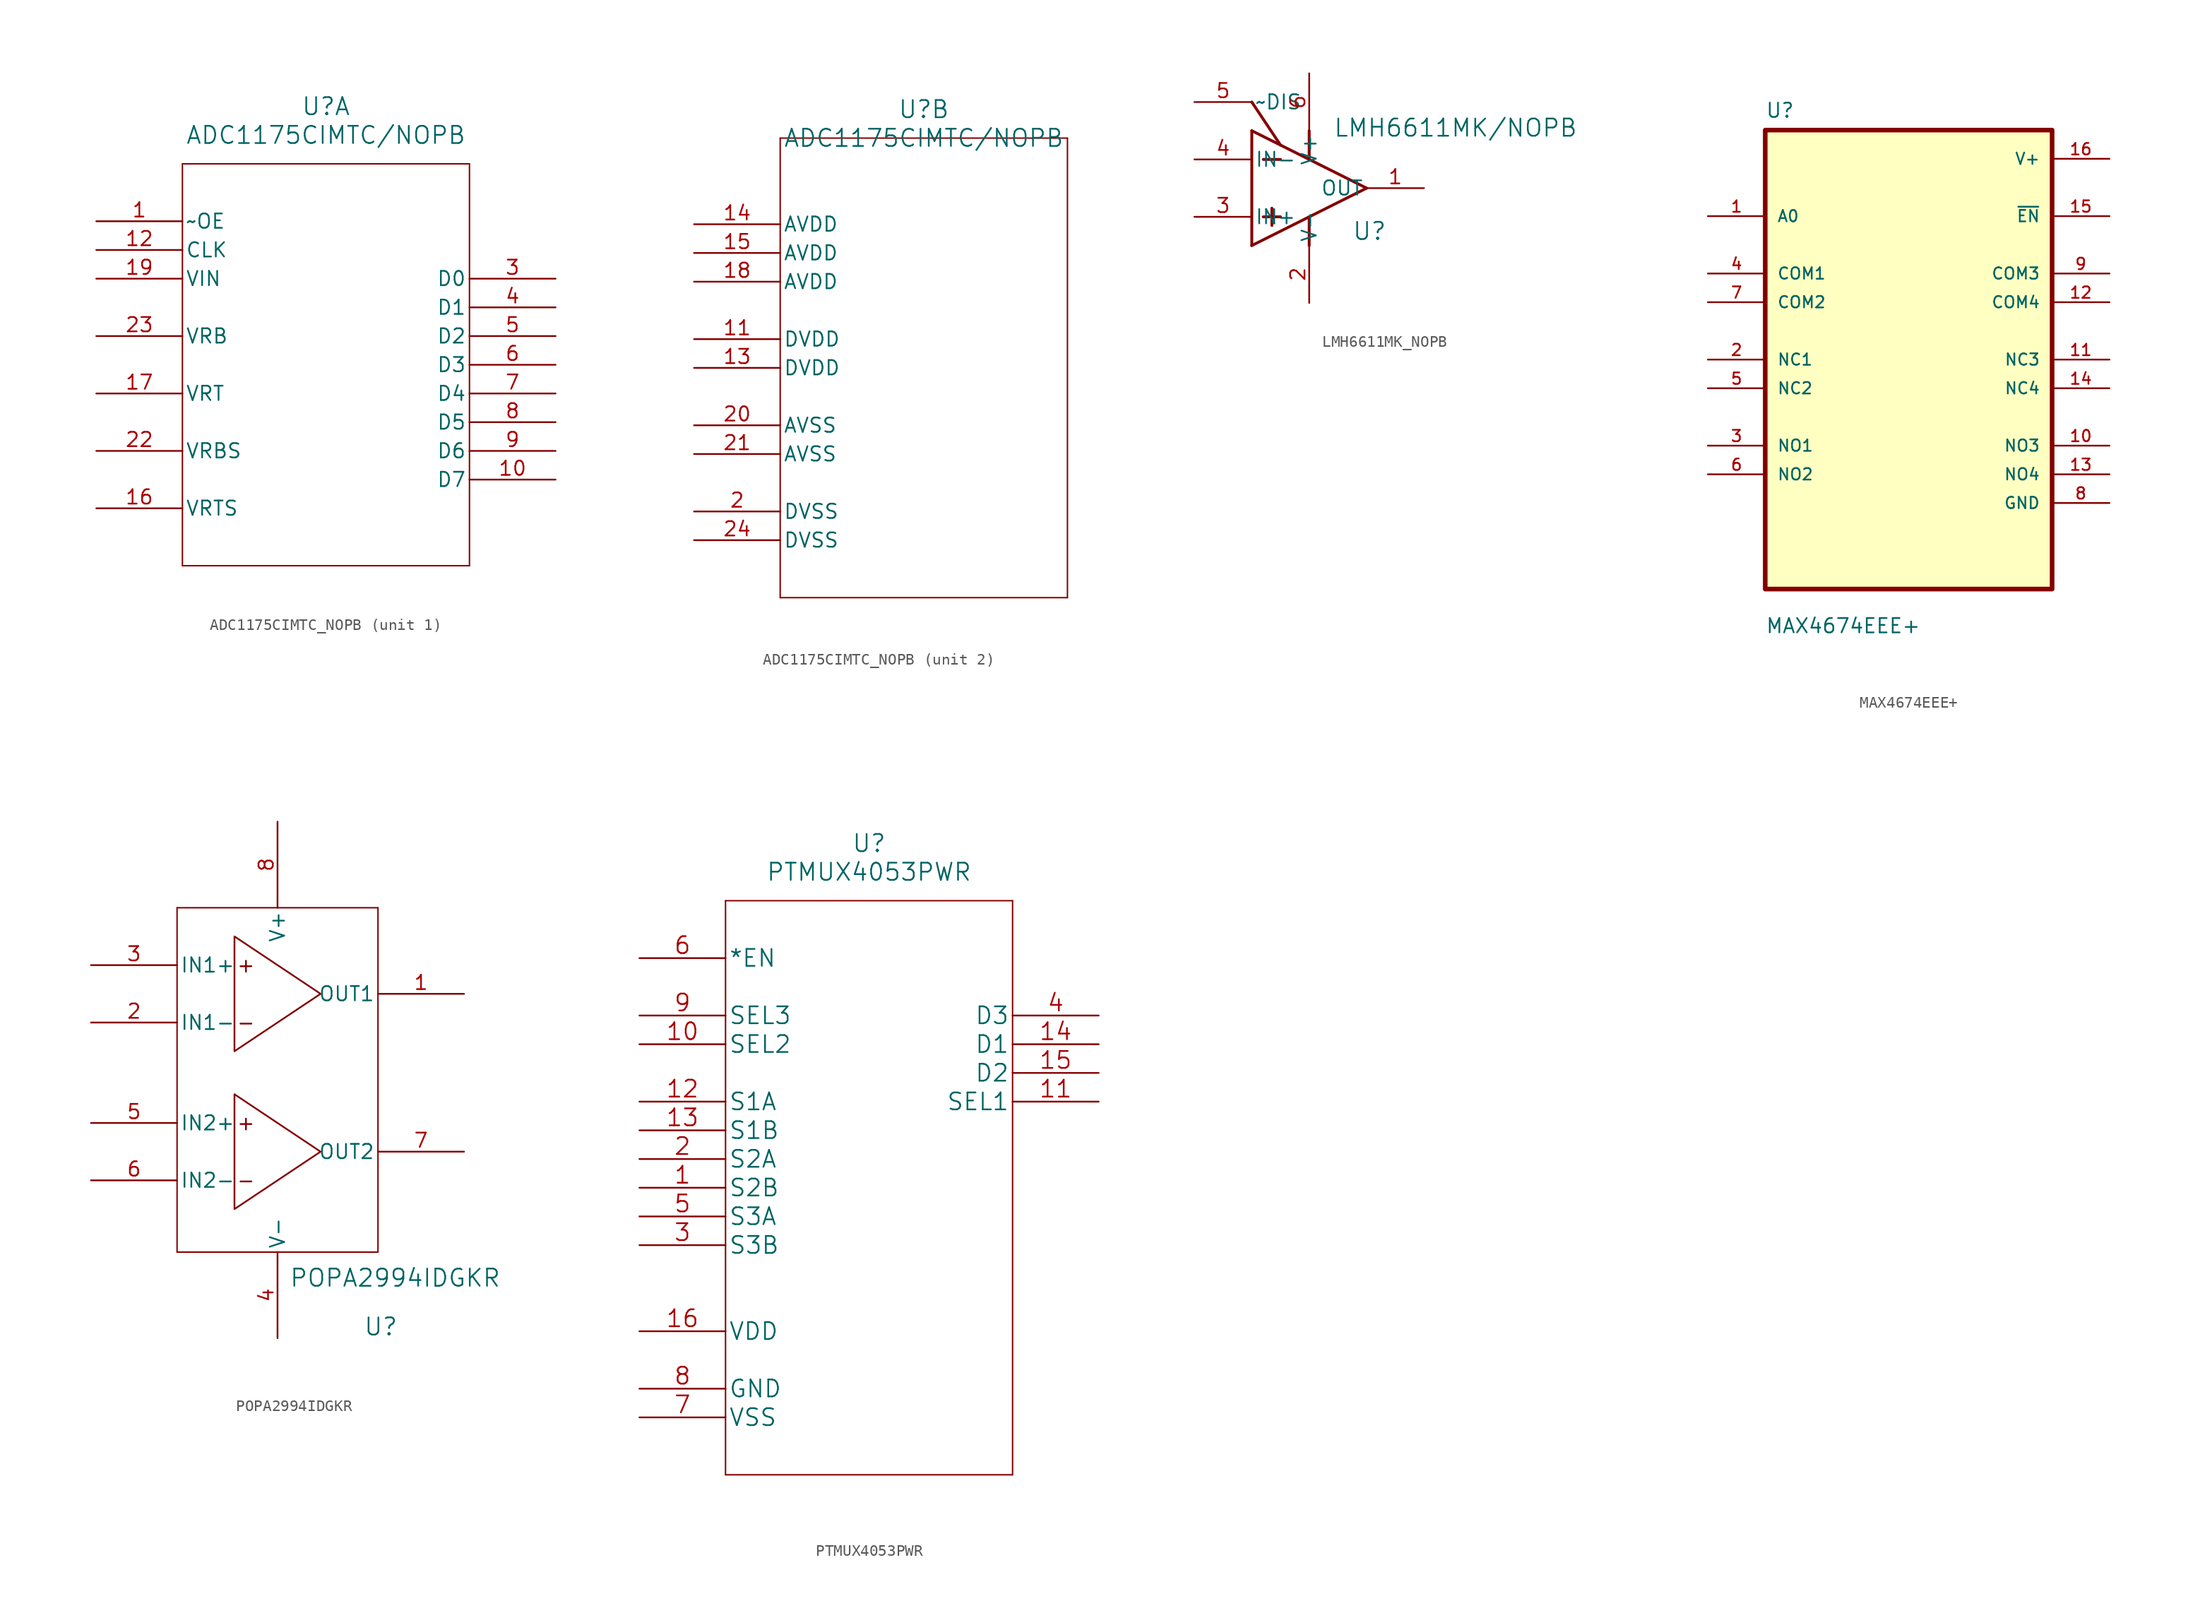
<source format=kicad_sym>
(kicad_symbol_lib
  (version 20231120)
  (generator "kicad_symbol_editor")
  (generator_version "8.0")
  (symbol "ADC1175CIMTC_NOPB"
    (pin_names
      (offset 0.254))
    (property "Reference" "U"
      (at 20.32 10.16 0)
      (effects (font (size 1.524 1.524))))
    (property "Value" "ADC1175CIMTC/NOPB"
      (at 20.32 7.62 0)
      (effects (font (size 1.524 1.524))))
    (property "ki_locked" ""
      (at 0 0 0)
      (effects (font (size 1.27 1.27))))
    (symbol "ADC1175CIMTC_NOPB_1_1"
      (polyline (pts (xy 7.62 -30.48) (xy 33.02 -30.48)) (stroke (width 0.127) (type default)) (fill (type none)))
      (polyline (pts (xy 7.62 5.08) (xy 7.62 -30.48)) (stroke (width 0.127) (type default)) (fill (type none)))
      (polyline (pts (xy 33.02 -30.48) (xy 33.02 5.08)) (stroke (width 0.127) (type default)) (fill (type none)))
      (polyline (pts (xy 33.02 5.08) (xy 7.62 5.08)) (stroke (width 0.127) (type default)) (fill (type none)))
      (pin input line (at 0 0 0) (length 7.62) (name "~OE" (effects (font (size 1.27 1.27)))) (number "1" (effects (font (size 1.27 1.27)))))
      (pin output line (at 40.64 -22.86 180) (length 7.62) (name "D7" (effects (font (size 1.27 1.27)))) (number "10" (effects (font (size 1.27 1.27)))))
      (pin input line (at 0 -2.54 0) (length 7.62) (name "CLK" (effects (font (size 1.27 1.27)))) (number "12" (effects (font (size 1.27 1.27)))))
      (pin passive line (at 0 -25.4 0) (length 7.62) (name "VRTS" (effects (font (size 1.27 1.27)))) (number "16" (effects (font (size 1.27 1.27)))))
      (pin input line (at 0 -15.24 0) (length 7.62) (name "VRT" (effects (font (size 1.27 1.27)))) (number "17" (effects (font (size 1.27 1.27)))))
      (pin input line (at 0 -5.08 0) (length 7.62) (name "VIN" (effects (font (size 1.27 1.27)))) (number "19" (effects (font (size 1.27 1.27)))))
      (pin passive line (at 0 -20.32 0) (length 7.62) (name "VRBS" (effects (font (size 1.27 1.27)))) (number "22" (effects (font (size 1.27 1.27)))))
      (pin input line (at 0 -10.16 0) (length 7.62) (name "VRB" (effects (font (size 1.27 1.27)))) (number "23" (effects (font (size 1.27 1.27)))))
      (pin output line (at 40.64 -5.08 180) (length 7.62) (name "D0" (effects (font (size 1.27 1.27)))) (number "3" (effects (font (size 1.27 1.27)))))
      (pin output line (at 40.64 -7.62 180) (length 7.62) (name "D1" (effects (font (size 1.27 1.27)))) (number "4" (effects (font (size 1.27 1.27)))))
      (pin output line (at 40.64 -10.16 180) (length 7.62) (name "D2" (effects (font (size 1.27 1.27)))) (number "5" (effects (font (size 1.27 1.27)))))
      (pin output line (at 40.64 -12.7 180) (length 7.62) (name "D3" (effects (font (size 1.27 1.27)))) (number "6" (effects (font (size 1.27 1.27)))))
      (pin output line (at 40.64 -15.24 180) (length 7.62) (name "D4" (effects (font (size 1.27 1.27)))) (number "7" (effects (font (size 1.27 1.27)))))
      (pin output line (at 40.64 -17.78 180) (length 7.62) (name "D5" (effects (font (size 1.27 1.27)))) (number "8" (effects (font (size 1.27 1.27)))))
      (pin output line (at 40.64 -20.32 180) (length 7.62) (name "D6" (effects (font (size 1.27 1.27)))) (number "9" (effects (font (size 1.27 1.27))))))
    (symbol "ADC1175CIMTC_NOPB_2_1"
      (polyline (pts (xy 7.62 -33.02) (xy 33.02 -33.02)) (stroke (width 0.127) (type default)) (fill (type none)))
      (polyline (pts (xy 7.62 7.62) (xy 7.62 -33.02)) (stroke (width 0.127) (type default)) (fill (type none)))
      (polyline (pts (xy 33.02 -33.02) (xy 33.02 7.62)) (stroke (width 0.127) (type default)) (fill (type none)))
      (polyline (pts (xy 33.02 7.62) (xy 7.62 7.62)) (stroke (width 0.127) (type default)) (fill (type none)))
      (pin power_in line (at 0 -10.16 0) (length 7.62) (name "DVDD" (effects (font (size 1.27 1.27)))) (number "11" (effects (font (size 1.27 1.27)))))
      (pin power_in line (at 0 -12.7 0) (length 7.62) (name "DVDD" (effects (font (size 1.27 1.27)))) (number "13" (effects (font (size 1.27 1.27)))))
      (pin power_in line (at 0 0 0) (length 7.62) (name "AVDD" (effects (font (size 1.27 1.27)))) (number "14" (effects (font (size 1.27 1.27)))))
      (pin power_in line (at 0 -2.54 0) (length 7.62) (name "AVDD" (effects (font (size 1.27 1.27)))) (number "15" (effects (font (size 1.27 1.27)))))
      (pin power_in line (at 0 -5.08 0) (length 7.62) (name "AVDD" (effects (font (size 1.27 1.27)))) (number "18" (effects (font (size 1.27 1.27)))))
      (pin power_in line (at 0 -25.4 0) (length 7.62) (name "DVSS" (effects (font (size 1.27 1.27)))) (number "2" (effects (font (size 1.27 1.27)))))
      (pin power_in line (at 0 -17.78 0) (length 7.62) (name "AVSS" (effects (font (size 1.27 1.27)))) (number "20" (effects (font (size 1.27 1.27)))))
      (pin power_in line (at 0 -20.32 0) (length 7.62) (name "AVSS" (effects (font (size 1.27 1.27)))) (number "21" (effects (font (size 1.27 1.27)))))
      (pin power_in line (at 0 -27.94 0) (length 7.62) (name "DVSS" (effects (font (size 1.27 1.27)))) (number "24" (effects (font (size 1.27 1.27)))))))
  (symbol "LMH6611MK_NOPB"
    (pin_names
      (offset 0.254))
    (property "Reference" "U"
      (at 10.414 -8.89 0)
      (effects (font (size 1.524 1.524))))
    (property "Value" "LMH6611MK/NOPB"
      (at 18.034 0.254 0)
      (effects (font (size 1.524 1.524))))
    (property "ki_locked" ""
      (at 0 0 0)
      (effects (font (size 1.27 1.27))))
    (symbol "LMH6611MK_NOPB_0_1"
      (polyline (pts (xy 0 -10.16) (xy 10.16 -5.08)) (stroke (width 0.254) (type default)) (fill (type none)))
      (polyline (pts (xy 0 0) (xy 0 -10.16)) (stroke (width 0.254) (type default)) (fill (type none)))
      (polyline (pts (xy 0 0) (xy 10.16 -5.08)) (stroke (width 0.254) (type default)) (fill (type none)))
      (polyline (pts (xy 1.016 -7.62) (xy 2.54 -7.62)) (stroke (width 0.254) (type default)) (fill (type none)))
      (polyline (pts (xy 1.016 -2.54) (xy 2.54 -2.54)) (stroke (width 0.254) (type default)) (fill (type none)))
      (polyline (pts (xy 1.778 -6.858) (xy 1.778 -8.382)) (stroke (width 0.254) (type default)) (fill (type none)))
      (polyline (pts (xy 2.54 -1.27) (xy 0 2.54)) (stroke (width 0.254) (type default)) (fill (type none)))
      (polyline (pts (xy 5.08 -7.62) (xy 5.08 -10.16)) (stroke (width 0.254) (type default)) (fill (type none)))
      (polyline (pts (xy 5.08 0) (xy 5.08 -2.54)) (stroke (width 0.254) (type default)) (fill (type none)))
      (pin output line (at 15.24 -5.08 180) (length 5.08) (name "OUT" (effects (font (size 1.27 1.27)))) (number "1" (effects (font (size 1.27 1.27)))))
      (pin power_in line (at 5.08 -15.24 90) (length 5.08) (name "V-" (effects (font (size 1.27 1.27)))) (number "2" (effects (font (size 1.27 1.27)))))
      (pin input line (at -5.08 -7.62 0) (length 5.08) (name "IN+" (effects (font (size 1.27 1.27)))) (number "3" (effects (font (size 1.27 1.27)))))
      (pin input line (at -5.08 -2.54 0) (length 5.08) (name "IN-" (effects (font (size 1.27 1.27)))) (number "4" (effects (font (size 1.27 1.27)))))
      (pin passive line (at -5.08 2.54 0) (length 5.08) (name "~DIS" (effects (font (size 1.27 1.27)))) (number "5" (effects (font (size 1.27 1.27)))))
      (pin power_in line (at 5.08 5.08 270) (length 5.08) (name "V+" (effects (font (size 1.27 1.27)))) (number "6" (effects (font (size 1.27 1.27)))))))
  (symbol "MAX4674EEE+"
    (pin_names
      (offset 1.016))
    (property "Reference" "U"
      (at -12.7 21.32 0)
      (effects (font (size 1.27 1.27)) (justify left bottom)))
    (property "Value" "MAX4674EEE+"
      (at -12.7 -24.32 0)
      (effects (font (size 1.27 1.27)) (justify left bottom)))
    (symbol "MAX4674EEE+_0_0"
      (rectangle (start -12.7 -20.32) (end 12.7 20.32) (stroke (width 0.41) (type default)) (fill (type background)))
      (pin input line (at -17.78 12.7 0) (length 5.08) (name "A0" (effects (font (size 1.016 1.016)))) (number "1" (effects (font (size 1.016 1.016)))))
      (pin bidirectional line (at 17.78 -7.62 180) (length 5.08) (name "NO3" (effects (font (size 1.016 1.016)))) (number "10" (effects (font (size 1.016 1.016)))))
      (pin bidirectional line (at 17.78 0 180) (length 5.08) (name "NC3" (effects (font (size 1.016 1.016)))) (number "11" (effects (font (size 1.016 1.016)))))
      (pin bidirectional line (at 17.78 5.08 180) (length 5.08) (name "COM4" (effects (font (size 1.016 1.016)))) (number "12" (effects (font (size 1.016 1.016)))))
      (pin bidirectional line (at 17.78 -10.16 180) (length 5.08) (name "NO4" (effects (font (size 1.016 1.016)))) (number "13" (effects (font (size 1.016 1.016)))))
      (pin bidirectional line (at 17.78 -2.54 180) (length 5.08) (name "NC4" (effects (font (size 1.016 1.016)))) (number "14" (effects (font (size 1.016 1.016)))))
      (pin output line (at 17.78 12.7 180) (length 5.08) (name "~{EN}" (effects (font (size 1.016 1.016)))) (number "15" (effects (font (size 1.016 1.016)))))
      (pin power_in line (at 17.78 17.78 180) (length 5.08) (name "V+" (effects (font (size 1.016 1.016)))) (number "16" (effects (font (size 1.016 1.016)))))
      (pin bidirectional line (at -17.78 0 0) (length 5.08) (name "NC1" (effects (font (size 1.016 1.016)))) (number "2" (effects (font (size 1.016 1.016)))))
      (pin bidirectional line (at -17.78 -7.62 0) (length 5.08) (name "NO1" (effects (font (size 1.016 1.016)))) (number "3" (effects (font (size 1.016 1.016)))))
      (pin bidirectional line (at -17.78 7.62 0) (length 5.08) (name "COM1" (effects (font (size 1.016 1.016)))) (number "4" (effects (font (size 1.016 1.016)))))
      (pin bidirectional line (at -17.78 -2.54 0) (length 5.08) (name "NC2" (effects (font (size 1.016 1.016)))) (number "5" (effects (font (size 1.016 1.016)))))
      (pin bidirectional line (at -17.78 -10.16 0) (length 5.08) (name "NO2" (effects (font (size 1.016 1.016)))) (number "6" (effects (font (size 1.016 1.016)))))
      (pin bidirectional line (at -17.78 5.08 0) (length 5.08) (name "COM2" (effects (font (size 1.016 1.016)))) (number "7" (effects (font (size 1.016 1.016)))))
      (pin power_in line (at 17.78 -12.7 180) (length 5.08) (name "GND" (effects (font (size 1.016 1.016)))) (number "8" (effects (font (size 1.016 1.016)))))
      (pin bidirectional line (at 17.78 7.62 180) (length 5.08) (name "COM3" (effects (font (size 1.016 1.016)))) (number "9" (effects (font (size 1.016 1.016)))))))
  (symbol "POPA2994IDGKR"
    (pin_names
      (offset 0.254))
    (property "Reference" "U"
      (at 9.144 -33.274 0)
      (effects (font (size 1.524 1.524))))
    (property "Value" "POPA2994IDGKR"
      (at 10.414 -28.956 0)
      (effects (font (size 1.524 1.524))))
    (property "ki_locked" ""
      (at 0 0 0)
      (effects (font (size 1.27 1.27))))
    (symbol "POPA2994IDGKR_0_1"
      (polyline (pts (xy -8.89 -26.67) (xy 8.89 -26.67)) (stroke (width 0.127) (type default)) (fill (type none)))
      (polyline (pts (xy -8.89 3.81) (xy -8.89 -26.67)) (stroke (width 0.127) (type default)) (fill (type none)))
      (polyline (pts (xy 8.89 -26.67) (xy 8.89 3.81)) (stroke (width 0.127) (type default)) (fill (type none)))
      (polyline (pts (xy 8.89 3.81) (xy -8.89 3.81)) (stroke (width 0.127) (type default)) (fill (type none)))
      (polyline (pts (xy -3.81 -12.7) (xy -3.81 -22.86) (xy 3.81 -17.78) (xy -3.81 -12.7)) (stroke (width 0) (type default)) (fill (type none)))
      (polyline (pts (xy -3.81 1.27) (xy -3.81 -8.89) (xy 3.81 -3.81) (xy -3.81 1.27)) (stroke (width 0) (type default)) (fill (type none)))
      (pin output line (at 16.51 -3.81 180) (length 7.62) (name "OUT1" (effects (font (size 1.27 1.27)))) (number "1" (effects (font (size 1.27 1.27)))))
      (pin input line (at -16.51 -6.35 0) (length 7.62) (name "IN1-" (effects (font (size 1.27 1.27)))) (number "2" (effects (font (size 1.27 1.27)))))
      (pin input line (at -16.51 -1.27 0) (length 7.62) (name "IN1+" (effects (font (size 1.27 1.27)))) (number "3" (effects (font (size 1.27 1.27)))))
      (pin power_in line (at 0 -34.29 90) (length 7.62) (name "V-" (effects (font (size 1.27 1.27)))) (number "4" (effects (font (size 1.27 1.27)))))
      (pin input line (at -16.51 -15.24 0) (length 7.62) (name "IN2+" (effects (font (size 1.27 1.27)))) (number "5" (effects (font (size 1.27 1.27)))))
      (pin input line (at -16.51 -20.32 0) (length 7.62) (name "IN2-" (effects (font (size 1.27 1.27)))) (number "6" (effects (font (size 1.27 1.27)))))
      (pin output line (at 16.51 -17.78 180) (length 7.62) (name "OUT2" (effects (font (size 1.27 1.27)))) (number "7" (effects (font (size 1.27 1.27)))))
      (pin power_in line (at 0 11.43 270) (length 7.62) (name "V+" (effects (font (size 1.27 1.27)))) (number "8" (effects (font (size 1.27 1.27))))))
    (symbol "POPA2994IDGKR_1_1"
      (text "+" (at -2.794 -15.24 0) (effects (font (size 1.27 1.27))))
      (text "+" (at -2.794 -1.27 0) (effects (font (size 1.27 1.27))))
      (text "-" (at -2.794 -20.32 0) (effects (font (size 1.27 1.27))))
      (text "-" (at -2.794 -6.35 0) (effects (font (size 1.27 1.27))))))
  (symbol "PTMUX4053PWR"
    (pin_names
      (offset 0.254))
    (property "Reference" "U"
      (at 20.32 10.16 0)
      (effects (font (size 1.524 1.524))))
    (property "Value" "PTMUX4053PWR"
      (at 20.32 7.62 0)
      (effects (font (size 1.524 1.524))))
    (property "Datasheet" ""
      (at 0 0 0)
      (effects (font (size 1.524 1.524))))
    (property "ki_locked" ""
      (at 0 0 0)
      (effects (font (size 1.27 1.27))))
    (symbol "PTMUX4053PWR_1_1"
      (polyline (pts (xy 7.62 -45.72) (xy 33.02 -45.72)) (stroke (width 0.127) (type solid)) (fill (type none)))
      (polyline (pts (xy 7.62 5.08) (xy 7.62 -45.72)) (stroke (width 0.127) (type solid)) (fill (type none)))
      (polyline (pts (xy 33.02 -45.72) (xy 33.02 5.08)) (stroke (width 0.127) (type solid)) (fill (type none)))
      (polyline (pts (xy 33.02 5.08) (xy 7.62 5.08)) (stroke (width 0.127) (type solid)) (fill (type none)))
      (pin bidirectional line (at 0 -20.32 0) (length 7.62) (name "S2B" (effects (font (size 1.499 1.499)))) (number "1" (effects (font (size 1.499 1.499)))))
      (pin input line (at 0 -7.62 0) (length 7.62) (name "SEL2" (effects (font (size 1.499 1.499)))) (number "10" (effects (font (size 1.499 1.499)))))
      (pin bidirectional line (at 40.64 -12.7 180) (length 7.62) (name "SEL1" (effects (font (size 1.499 1.499)))) (number "11" (effects (font (size 1.499 1.499)))))
      (pin bidirectional line (at 0 -12.7 0) (length 7.62) (name "S1A" (effects (font (size 1.499 1.499)))) (number "12" (effects (font (size 1.499 1.499)))))
      (pin bidirectional line (at 0 -15.24 0) (length 7.62) (name "S1B" (effects (font (size 1.499 1.499)))) (number "13" (effects (font (size 1.499 1.499)))))
      (pin bidirectional line (at 40.64 -7.62 180) (length 7.62) (name "D1" (effects (font (size 1.499 1.499)))) (number "14" (effects (font (size 1.499 1.499)))))
      (pin bidirectional line (at 40.64 -10.16 180) (length 7.62) (name "D2" (effects (font (size 1.499 1.499)))) (number "15" (effects (font (size 1.499 1.499)))))
      (pin power_in line (at 0 -33.02 0) (length 7.62) (name "VDD" (effects (font (size 1.499 1.499)))) (number "16" (effects (font (size 1.499 1.499)))))
      (pin bidirectional line (at 0 -17.78 0) (length 7.62) (name "S2A" (effects (font (size 1.499 1.499)))) (number "2" (effects (font (size 1.499 1.499)))))
      (pin bidirectional line (at 0 -25.4 0) (length 7.62) (name "S3B" (effects (font (size 1.499 1.499)))) (number "3" (effects (font (size 1.499 1.499)))))
      (pin bidirectional line (at 40.64 -5.08 180) (length 7.62) (name "D3" (effects (font (size 1.499 1.499)))) (number "4" (effects (font (size 1.499 1.499)))))
      (pin bidirectional line (at 0 -22.86 0) (length 7.62) (name "S3A" (effects (font (size 1.499 1.499)))) (number "5" (effects (font (size 1.499 1.499)))))
      (pin input line (at 0 0 0) (length 7.62) (name "*EN" (effects (font (size 1.499 1.499)))) (number "6" (effects (font (size 1.499 1.499)))))
      (pin power_in line (at 0 -40.64 0) (length 7.62) (name "VSS" (effects (font (size 1.499 1.499)))) (number "7" (effects (font (size 1.499 1.499)))))
      (pin power_in line (at 0 -38.1 0) (length 7.62) (name "GND" (effects (font (size 1.499 1.499)))) (number "8" (effects (font (size 1.499 1.499)))))
      (pin input line (at 0 -5.08 0) (length 7.62) (name "SEL3" (effects (font (size 1.499 1.499)))) (number "9" (effects (font (size 1.499 1.499))))))))
</source>
